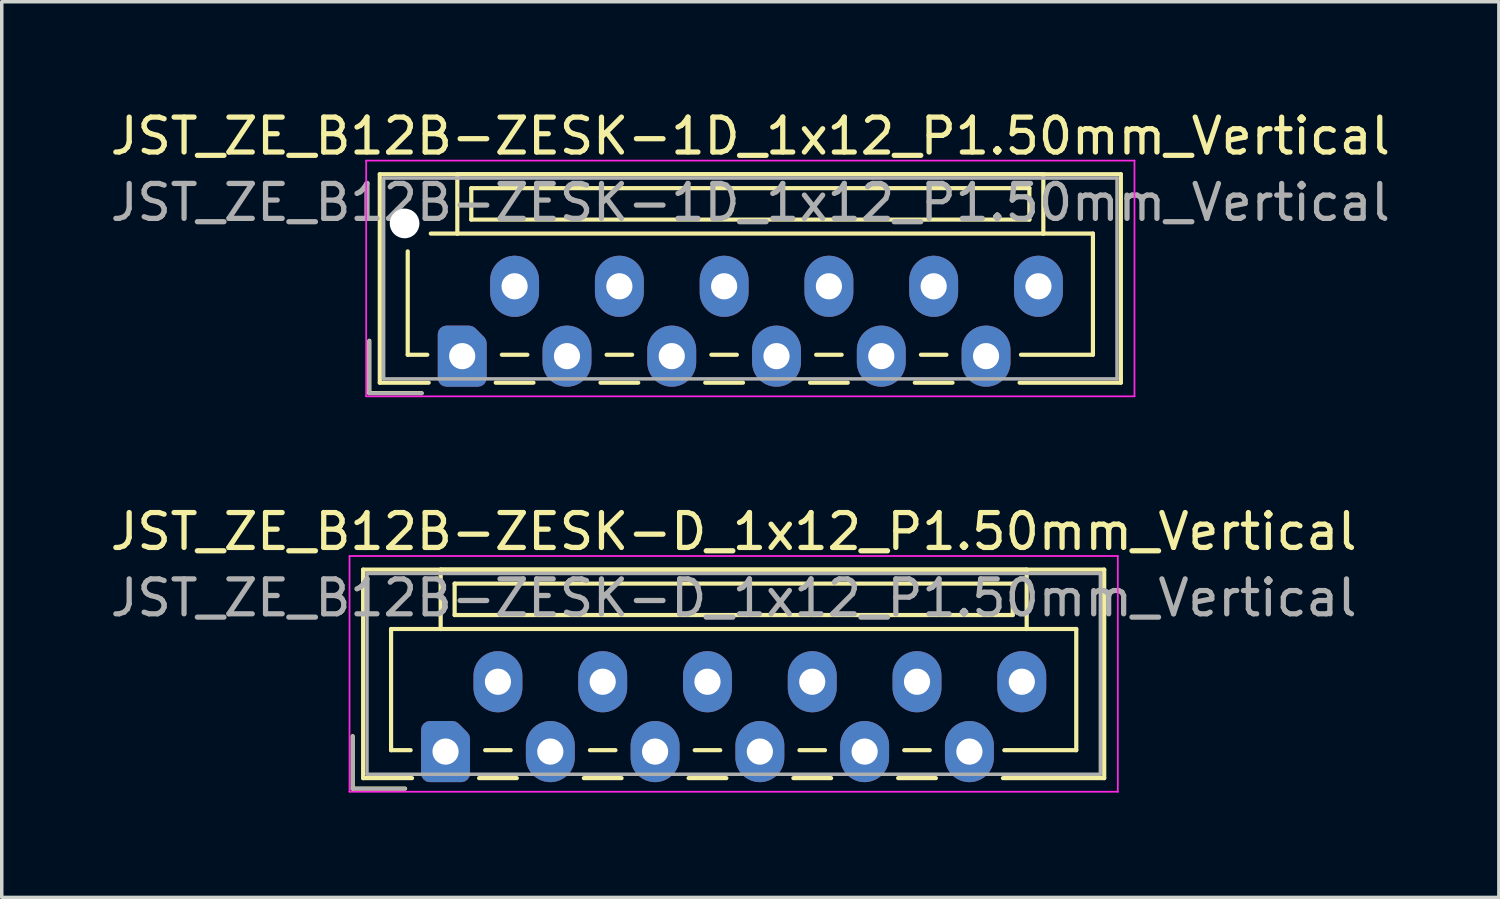
<source format=kicad_pcb>
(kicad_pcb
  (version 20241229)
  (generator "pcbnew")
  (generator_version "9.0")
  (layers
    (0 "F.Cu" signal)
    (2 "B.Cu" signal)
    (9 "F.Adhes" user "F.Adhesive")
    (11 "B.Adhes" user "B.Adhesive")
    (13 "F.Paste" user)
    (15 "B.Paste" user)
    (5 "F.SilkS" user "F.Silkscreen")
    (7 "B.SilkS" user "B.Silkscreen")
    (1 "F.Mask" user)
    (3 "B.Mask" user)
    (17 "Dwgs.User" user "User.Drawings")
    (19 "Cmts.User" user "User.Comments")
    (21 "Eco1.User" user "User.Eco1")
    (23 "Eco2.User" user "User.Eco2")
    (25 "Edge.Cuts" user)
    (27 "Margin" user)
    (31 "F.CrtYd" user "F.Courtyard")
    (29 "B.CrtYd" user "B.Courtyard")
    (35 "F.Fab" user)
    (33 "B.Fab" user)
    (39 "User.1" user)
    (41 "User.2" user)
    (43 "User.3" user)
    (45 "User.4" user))
  (footprint "JST_ZE_B12B-ZESK-D_1x12_P1.50mm_Vertical"
    (layer "F.Cu")
    (at 9.708 18.471)
    (property "Reference" "JST_ZE_B12B-ZESK-D_1x12_P1.50mm_Vertical" (at 8.25 -6.3 0) (layer "F.SilkS") (effects (font (size 1 1) (thickness 0.15))))
    (attr through_hole)
    (fp_line (start -2.66 -0.44) (end -2.66 1.06) (stroke (width 0.12) (type solid)) (layer "F.SilkS"))
    (fp_line (start -2.66 1.06) (end -1.16 1.06) (stroke (width 0.12) (type solid)) (layer "F.SilkS"))
    (fp_line (start -2.36 -5.21) (end 18.86 -5.21) (stroke (width 0.12) (type solid)) (layer "F.SilkS"))
    (fp_line (start -2.36 0.76) (end -2.36 -5.21) (stroke (width 0.12) (type solid)) (layer "F.SilkS"))
    (fp_line (start -1.56 -3.51) (end -1.56 -0.04) (stroke (width 0.12) (type solid)) (layer "F.SilkS"))
    (fp_line (start -1.56 -0.04) (end -1 -0.04) (stroke (width 0.12) (type solid)) (layer "F.SilkS"))
    (fp_line (start -0.96 0.76) (end -2.36 0.76) (stroke (width 0.12) (type solid)) (layer "F.SilkS"))
    (fp_line (start -0.14 -5.21) (end -0.14 -3.51) (stroke (width 0.12) (type solid)) (layer "F.SilkS"))
    (fp_line (start -0.14 -3.51) (end -1.56 -3.51) (stroke (width 0.12) (type solid)) (layer "F.SilkS"))
    (fp_line (start -0.14 -3.51) (end 16.64 -3.51) (stroke (width 0.12) (type solid)) (layer "F.SilkS"))
    (fp_line (start 0.26 -4.81) (end 0.26 -3.91) (stroke (width 0.12) (type solid)) (layer "F.SilkS"))
    (fp_line (start 0.26 -3.91) (end 16.24 -3.91) (stroke (width 0.12) (type solid)) (layer "F.SilkS"))
    (fp_line (start 0.96 0.76) (end 2.04 0.76) (stroke (width 0.12) (type solid)) (layer "F.SilkS"))
    (fp_line (start 1.135 -0.04) (end 1.865 -0.04) (stroke (width 0.12) (type solid)) (layer "F.SilkS"))
    (fp_line (start 3.96 0.76) (end 5.04 0.76) (stroke (width 0.12) (type solid)) (layer "F.SilkS"))
    (fp_line (start 4.135 -0.04) (end 4.865 -0.04) (stroke (width 0.12) (type solid)) (layer "F.SilkS"))
    (fp_line (start 6.96 0.76) (end 8.04 0.76) (stroke (width 0.12) (type solid)) (layer "F.SilkS"))
    (fp_line (start 7.135 -0.04) (end 7.865 -0.04) (stroke (width 0.12) (type solid)) (layer "F.SilkS"))
    (fp_line (start 9.96 0.76) (end 11.04 0.76) (stroke (width 0.12) (type solid)) (layer "F.SilkS"))
    (fp_line (start 10.135 -0.04) (end 10.865 -0.04) (stroke (width 0.12) (type solid)) (layer "F.SilkS"))
    (fp_line (start 12.96 0.76) (end 14.04 0.76) (stroke (width 0.12) (type solid)) (layer "F.SilkS"))
    (fp_line (start 13.135 -0.04) (end 13.865 -0.04) (stroke (width 0.12) (type solid)) (layer "F.SilkS"))
    (fp_line (start 16.24 -4.81) (end 0.26 -4.81) (stroke (width 0.12) (type solid)) (layer "F.SilkS"))
    (fp_line (start 16.24 -3.91) (end 16.24 -4.81) (stroke (width 0.12) (type solid)) (layer "F.SilkS"))
    (fp_line (start 16.64 -5.21) (end -0.14 -5.21) (stroke (width 0.12) (type solid)) (layer "F.SilkS"))
    (fp_line (start 16.64 -3.51) (end 16.64 -5.21) (stroke (width 0.12) (type solid)) (layer "F.SilkS"))
    (fp_line (start 16.64 -3.51) (end 18.06 -3.51) (stroke (width 0.12) (type solid)) (layer "F.SilkS"))
    (fp_line (start 18.06 -3.51) (end 18.06 -0.04) (stroke (width 0.12) (type solid)) (layer "F.SilkS"))
    (fp_line (start 18.06 -0.04) (end 16 -0.04) (stroke (width 0.12) (type solid)) (layer "F.SilkS"))
    (fp_line (start 18.86 -5.21) (end 18.86 0.76) (stroke (width 0.12) (type solid)) (layer "F.SilkS"))
    (fp_line (start 18.86 0.76) (end 15.96 0.76) (stroke (width 0.12) (type solid)) (layer "F.SilkS"))
    (fp_line (start -2.75 -5.6) (end -2.75 1.15) (stroke (width 0.05) (type solid)) (layer "F.CrtYd"))
    (fp_line (start -2.75 1.15) (end 19.25 1.15) (stroke (width 0.05) (type solid)) (layer "F.CrtYd"))
    (fp_line (start 19.25 -5.6) (end -2.75 -5.6) (stroke (width 0.05) (type solid)) (layer "F.CrtYd"))
    (fp_line (start 19.25 1.15) (end 19.25 -5.6) (stroke (width 0.05) (type solid)) (layer "F.CrtYd"))
    (fp_line (start -2.66 -0.44) (end -2.66 1.06) (stroke (width 0.1) (type solid)) (layer "F.Fab"))
    (fp_line (start -2.66 1.06) (end -1.16 1.06) (stroke (width 0.1) (type solid)) (layer "F.Fab"))
    (fp_line (start -2.25 -5.1) (end -2.25 0.65) (stroke (width 0.1) (type solid)) (layer "F.Fab"))
    (fp_line (start -2.25 0.65) (end 18.75 0.65) (stroke (width 0.1) (type solid)) (layer "F.Fab"))
    (fp_line (start 18.75 -5.1) (end -2.25 -5.1) (stroke (width 0.1) (type solid)) (layer "F.Fab"))
    (fp_line (start 18.75 0.65) (end 18.75 -5.1) (stroke (width 0.1) (type solid)) (layer "F.Fab"))
    (fp_text user "${REFERENCE}" (at 8.25 -4.4 0) (layer "F.Fab") (effects (font (size 1 1) (thickness 0.15))))
    (pad "1" thru_hole custom (at 0 0) (size 1.117 1.117) (drill 0.75) (layers "*.Cu" "*.Mask") (options (anchor circle)) (primitives (gr_poly (pts (xy -0.45 -0.625) (xy 0.196 -0.625) (xy 0.45 -0.371) (xy 0.45 0.625) (xy -0.45 0.625)) (width 0.5) (fill yes))))
    (pad "2" thru_hole oval (at 1.5 -2) (size 1.4 1.75) (drill 0.75) (layers "*.Cu" "*.Mask"))
    (pad "3" thru_hole oval (at 3 0) (size 1.4 1.75) (drill 0.75) (layers "*.Cu" "*.Mask"))
    (pad "4" thru_hole oval (at 4.5 -2) (size 1.4 1.75) (drill 0.75) (layers "*.Cu" "*.Mask"))
    (pad "5" thru_hole oval (at 6 0) (size 1.4 1.75) (drill 0.75) (layers "*.Cu" "*.Mask"))
    (pad "6" thru_hole oval (at 7.5 -2) (size 1.4 1.75) (drill 0.75) (layers "*.Cu" "*.Mask"))
    (pad "7" thru_hole oval (at 9 0) (size 1.4 1.75) (drill 0.75) (layers "*.Cu" "*.Mask"))
    (pad "8" thru_hole oval (at 10.5 -2) (size 1.4 1.75) (drill 0.75) (layers "*.Cu" "*.Mask"))
    (pad "9" thru_hole oval (at 12 0) (size 1.4 1.75) (drill 0.75) (layers "*.Cu" "*.Mask"))
    (pad "10" thru_hole oval (at 13.5 -2) (size 1.4 1.75) (drill 0.75) (layers "*.Cu" "*.Mask"))
    (pad "11" thru_hole oval (at 15 0) (size 1.4 1.75) (drill 0.75) (layers "*.Cu" "*.Mask"))
    (pad "12" thru_hole oval (at 16.5 -2) (size 1.4 1.75) (drill 0.75) (layers "*.Cu" "*.Mask")))
  (footprint "JST_ZE_B12B-ZESK-1D_1x12_P1.50mm_Vertical"
    (layer "F.Cu")
    (at 10.185 7.148)
    (property "Reference" "JST_ZE_B12B-ZESK-1D_1x12_P1.50mm_Vertical" (at 8.25 -6.3 0) (layer "F.SilkS") (effects (font (size 1 1) (thickness 0.15))))
    (attr through_hole)
    (fp_line (start -2.66 -0.44) (end -2.66 1.06) (stroke (width 0.12) (type solid)) (layer "F.SilkS"))
    (fp_line (start -2.66 1.06) (end -1.16 1.06) (stroke (width 0.12) (type solid)) (layer "F.SilkS"))
    (fp_line (start -2.36 -5.21) (end 18.86 -5.21) (stroke (width 0.12) (type solid)) (layer "F.SilkS"))
    (fp_line (start -2.36 0.76) (end -2.36 -5.21) (stroke (width 0.12) (type solid)) (layer "F.SilkS"))
    (fp_line (start -1.56 -3) (end -1.56 -0.04) (stroke (width 0.12) (type solid)) (layer "F.SilkS"))
    (fp_line (start -1.56 -0.04) (end -1 -0.04) (stroke (width 0.12) (type solid)) (layer "F.SilkS"))
    (fp_line (start -0.96 0.76) (end -2.36 0.76) (stroke (width 0.12) (type solid)) (layer "F.SilkS"))
    (fp_line (start -0.14 -5.21) (end -0.14 -3.51) (stroke (width 0.12) (type solid)) (layer "F.SilkS"))
    (fp_line (start -0.14 -3.51) (end -0.9 -3.51) (stroke (width 0.12) (type solid)) (layer "F.SilkS"))
    (fp_line (start -0.14 -3.51) (end 16.64 -3.51) (stroke (width 0.12) (type solid)) (layer "F.SilkS"))
    (fp_line (start 0.26 -4.81) (end 0.26 -3.91) (stroke (width 0.12) (type solid)) (layer "F.SilkS"))
    (fp_line (start 0.26 -3.91) (end 16.24 -3.91) (stroke (width 0.12) (type solid)) (layer "F.SilkS"))
    (fp_line (start 0.96 0.76) (end 2.04 0.76) (stroke (width 0.12) (type solid)) (layer "F.SilkS"))
    (fp_line (start 1.135 -0.04) (end 1.865 -0.04) (stroke (width 0.12) (type solid)) (layer "F.SilkS"))
    (fp_line (start 3.96 0.76) (end 5.04 0.76) (stroke (width 0.12) (type solid)) (layer "F.SilkS"))
    (fp_line (start 4.135 -0.04) (end 4.865 -0.04) (stroke (width 0.12) (type solid)) (layer "F.SilkS"))
    (fp_line (start 6.96 0.76) (end 8.04 0.76) (stroke (width 0.12) (type solid)) (layer "F.SilkS"))
    (fp_line (start 7.135 -0.04) (end 7.865 -0.04) (stroke (width 0.12) (type solid)) (layer "F.SilkS"))
    (fp_line (start 9.96 0.76) (end 11.04 0.76) (stroke (width 0.12) (type solid)) (layer "F.SilkS"))
    (fp_line (start 10.135 -0.04) (end 10.865 -0.04) (stroke (width 0.12) (type solid)) (layer "F.SilkS"))
    (fp_line (start 12.96 0.76) (end 14.04 0.76) (stroke (width 0.12) (type solid)) (layer "F.SilkS"))
    (fp_line (start 13.135 -0.04) (end 13.865 -0.04) (stroke (width 0.12) (type solid)) (layer "F.SilkS"))
    (fp_line (start 16.24 -4.81) (end 0.26 -4.81) (stroke (width 0.12) (type solid)) (layer "F.SilkS"))
    (fp_line (start 16.24 -3.91) (end 16.24 -4.81) (stroke (width 0.12) (type solid)) (layer "F.SilkS"))
    (fp_line (start 16.64 -5.21) (end -0.14 -5.21) (stroke (width 0.12) (type solid)) (layer "F.SilkS"))
    (fp_line (start 16.64 -3.51) (end 16.64 -5.21) (stroke (width 0.12) (type solid)) (layer "F.SilkS"))
    (fp_line (start 16.64 -3.51) (end 18.06 -3.51) (stroke (width 0.12) (type solid)) (layer "F.SilkS"))
    (fp_line (start 18.06 -3.51) (end 18.06 -0.04) (stroke (width 0.12) (type solid)) (layer "F.SilkS"))
    (fp_line (start 18.06 -0.04) (end 16 -0.04) (stroke (width 0.12) (type solid)) (layer "F.SilkS"))
    (fp_line (start 18.86 -5.21) (end 18.86 0.76) (stroke (width 0.12) (type solid)) (layer "F.SilkS"))
    (fp_line (start 18.86 0.76) (end 15.96 0.76) (stroke (width 0.12) (type solid)) (layer "F.SilkS"))
    (fp_line (start -2.75 -5.6) (end -2.75 1.15) (stroke (width 0.05) (type solid)) (layer "F.CrtYd"))
    (fp_line (start -2.75 1.15) (end 19.25 1.15) (stroke (width 0.05) (type solid)) (layer "F.CrtYd"))
    (fp_line (start 19.25 -5.6) (end -2.75 -5.6) (stroke (width 0.05) (type solid)) (layer "F.CrtYd"))
    (fp_line (start 19.25 1.15) (end 19.25 -5.6) (stroke (width 0.05) (type solid)) (layer "F.CrtYd"))
    (fp_line (start -2.66 -0.44) (end -2.66 1.06) (stroke (width 0.1) (type solid)) (layer "F.Fab"))
    (fp_line (start -2.66 1.06) (end -1.16 1.06) (stroke (width 0.1) (type solid)) (layer "F.Fab"))
    (fp_line (start -2.25 -5.1) (end -2.25 0.65) (stroke (width 0.1) (type solid)) (layer "F.Fab"))
    (fp_line (start -2.25 0.65) (end 18.75 0.65) (stroke (width 0.1) (type solid)) (layer "F.Fab"))
    (fp_line (start 18.75 -5.1) (end -2.25 -5.1) (stroke (width 0.1) (type solid)) (layer "F.Fab"))
    (fp_line (start 18.75 0.65) (end 18.75 -5.1) (stroke (width 0.1) (type solid)) (layer "F.Fab"))
    (fp_text user "${REFERENCE}" (at 8.25 -4.4 0) (layer "F.Fab") (effects (font (size 1 1) (thickness 0.15))))
    (pad "" np_thru_hole circle (at -1.65 -3.8) (size 0.85 0.85) (drill 0.85) (layers "*.Cu" "*.Mask"))
    (pad "1" thru_hole custom (at 0 0) (size 1.117 1.117) (drill 0.75) (layers "*.Cu" "*.Mask") (options (anchor circle)) (primitives (gr_poly (pts (xy -0.45 -0.625) (xy 0.196 -0.625) (xy 0.45 -0.371) (xy 0.45 0.625) (xy -0.45 0.625)) (width 0.5) (fill yes))))
    (pad "2" thru_hole oval (at 1.5 -2) (size 1.4 1.75) (drill 0.75) (layers "*.Cu" "*.Mask"))
    (pad "3" thru_hole oval (at 3 0) (size 1.4 1.75) (drill 0.75) (layers "*.Cu" "*.Mask"))
    (pad "4" thru_hole oval (at 4.5 -2) (size 1.4 1.75) (drill 0.75) (layers "*.Cu" "*.Mask"))
    (pad "5" thru_hole oval (at 6 0) (size 1.4 1.75) (drill 0.75) (layers "*.Cu" "*.Mask"))
    (pad "6" thru_hole oval (at 7.5 -2) (size 1.4 1.75) (drill 0.75) (layers "*.Cu" "*.Mask"))
    (pad "7" thru_hole oval (at 9 0) (size 1.4 1.75) (drill 0.75) (layers "*.Cu" "*.Mask"))
    (pad "8" thru_hole oval (at 10.5 -2) (size 1.4 1.75) (drill 0.75) (layers "*.Cu" "*.Mask"))
    (pad "9" thru_hole oval (at 12 0) (size 1.4 1.75) (drill 0.75) (layers "*.Cu" "*.Mask"))
    (pad "10" thru_hole oval (at 13.5 -2) (size 1.4 1.75) (drill 0.75) (layers "*.Cu" "*.Mask"))
    (pad "11" thru_hole oval (at 15 0) (size 1.4 1.75) (drill 0.75) (layers "*.Cu" "*.Mask"))
    (pad "12" thru_hole oval (at 16.5 -2) (size 1.4 1.75) (drill 0.75) (layers "*.Cu" "*.Mask")))
  (gr_rect
    (start -3 -3)
    (end 39.869 22.646)
    (stroke (width 0.1) (type default))
    (fill no)
    (layer "Edge.Cuts")))
</source>
